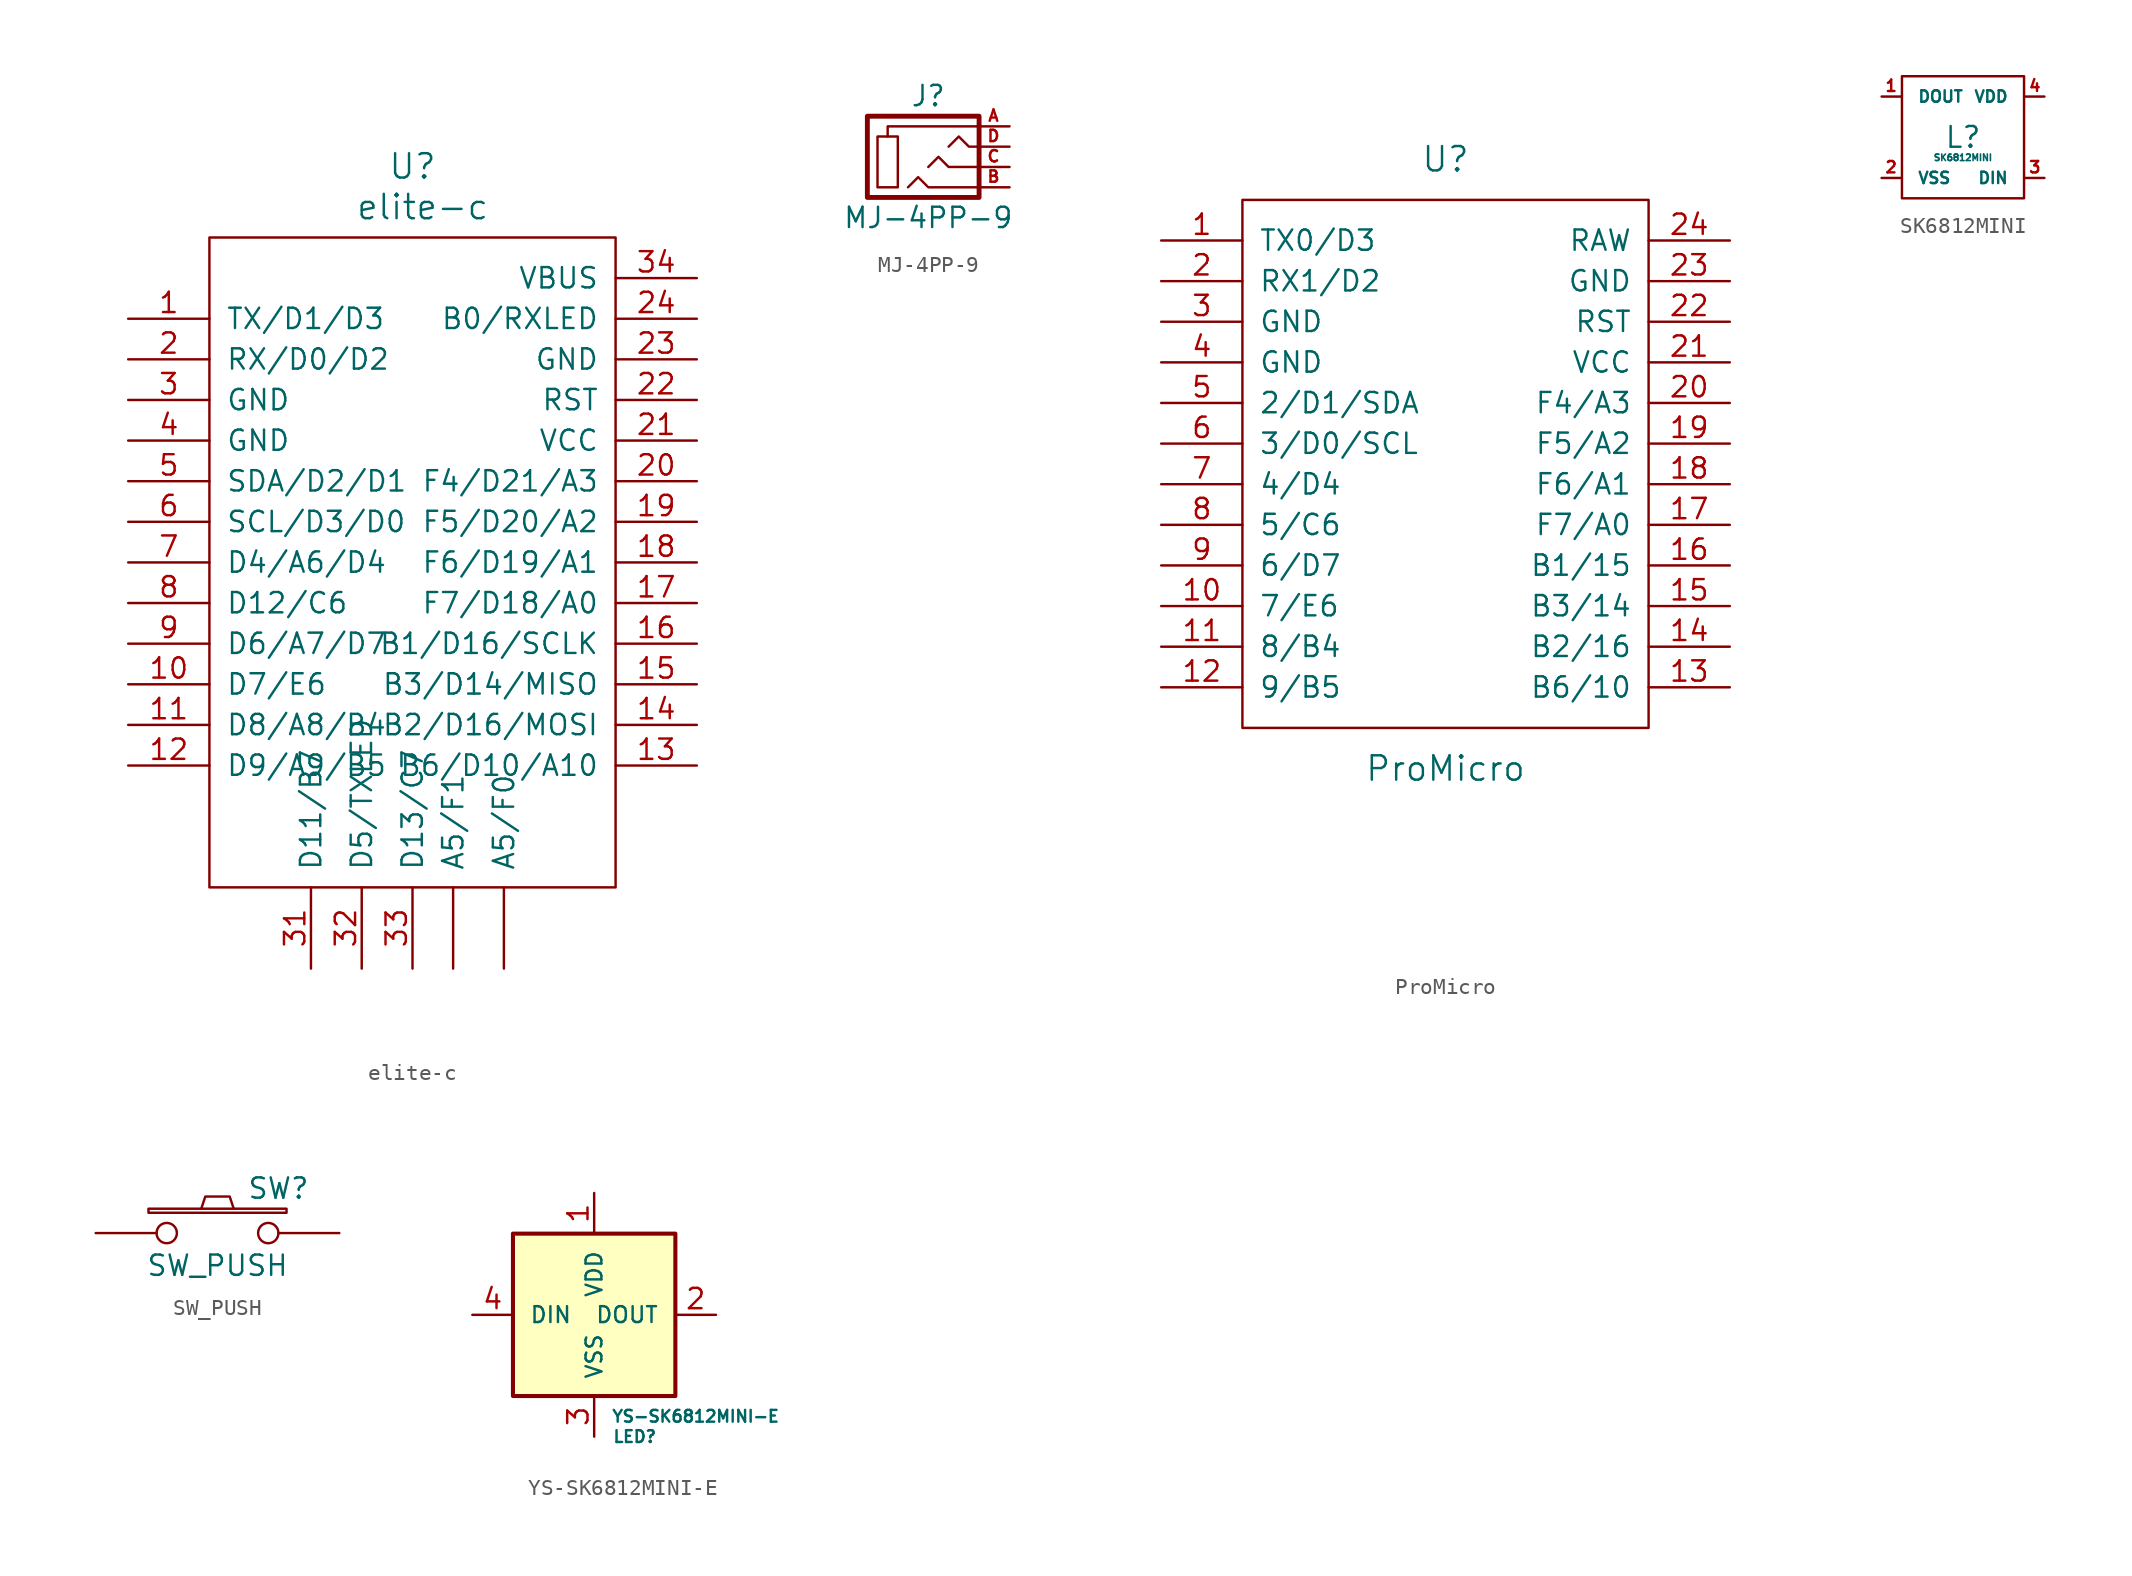
<source format=kicad_sym>
(kicad_symbol_lib
  (version 20241209)
  (generator "kicad_symbol_editor")
  (generator_version "9.0")
  (symbol "elite-c"
    (pin_names
      (offset 1.016))
    (property "Reference" "U"
      (at 0 23.495 0)
      (effects (font (size 1.524 1.524))))
    (property "Value" "elite-c"
      (at 0.635 20.955 0)
      (effects (font (size 1.524 1.524))))
    (symbol "elite-c_0_1"
      (rectangle (start -12.7 -21.59) (end 12.7 19.05) (stroke (width 0) (type solid)) (fill (type none))))
    (symbol "elite-c_1_1"
      (pin input line (at -17.78 13.97 0) (length 5.08) (name "TX/D1/D3" (effects (font (size 1.27 1.27)))) (number "1" (effects (font (size 1.27 1.27)))))
      (pin input line (at -17.78 11.43 0) (length 5.08) (name "RX/D0/D2" (effects (font (size 1.27 1.27)))) (number "2" (effects (font (size 1.27 1.27)))))
      (pin input line (at -17.78 8.89 0) (length 5.08) (name "GND" (effects (font (size 1.27 1.27)))) (number "3" (effects (font (size 1.27 1.27)))))
      (pin input line (at -17.78 6.35 0) (length 5.08) (name "GND" (effects (font (size 1.27 1.27)))) (number "4" (effects (font (size 1.27 1.27)))))
      (pin input line (at -17.78 3.81 0) (length 5.08) (name "SDA/D2/D1" (effects (font (size 1.27 1.27)))) (number "5" (effects (font (size 1.27 1.27)))))
      (pin input line (at -17.78 1.27 0) (length 5.08) (name "SCL/D3/D0" (effects (font (size 1.27 1.27)))) (number "6" (effects (font (size 1.27 1.27)))))
      (pin input line (at -17.78 -1.27 0) (length 5.08) (name "D4/A6/D4" (effects (font (size 1.27 1.27)))) (number "7" (effects (font (size 1.27 1.27)))))
      (pin input line (at -17.78 -3.81 0) (length 5.08) (name "D12/C6" (effects (font (size 1.27 1.27)))) (number "8" (effects (font (size 1.27 1.27)))))
      (pin input line (at -17.78 -6.35 0) (length 5.08) (name "D6/A7/D7" (effects (font (size 1.27 1.27)))) (number "9" (effects (font (size 1.27 1.27)))))
      (pin input line (at -17.78 -8.89 0) (length 5.08) (name "D7/E6" (effects (font (size 1.27 1.27)))) (number "10" (effects (font (size 1.27 1.27)))))
      (pin input line (at -17.78 -11.43 0) (length 5.08) (name "D8/A8/B4" (effects (font (size 1.27 1.27)))) (number "11" (effects (font (size 1.27 1.27)))))
      (pin input line (at -17.78 -13.97 0) (length 5.08) (name "D9/A9/B5" (effects (font (size 1.27 1.27)))) (number "12" (effects (font (size 1.27 1.27)))))
      (pin input line (at -6.35 -26.67 90) (length 5.08) (name "D11/B7" (effects (font (size 1.27 1.27)))) (number "31" (effects (font (size 1.27 1.27)))))
      (pin input line (at -3.175 -26.67 90) (length 5.08) (name "D5/TXLED" (effects (font (size 1.27 1.27)))) (number "32" (effects (font (size 1.27 1.27)))))
      (pin input line (at 0 -26.67 90) (length 5.08) (name "D13/C7" (effects (font (size 1.27 1.27)))) (number "33" (effects (font (size 1.27 1.27)))))
      (pin input line (at 2.54 -26.67 90) (length 5.08) (name "A5/F1" (effects (font (size 1.27 1.27)))) (number "~" (effects (font (size 1.27 1.27)))))
      (pin input line (at 5.715 -26.67 90) (length 5.08) (name "A5/F0" (effects (font (size 1.27 1.27)))) (number "~" (effects (font (size 1.27 1.27)))))
      (pin input line (at 17.78 16.51 180) (length 5.08) (name "VBUS" (effects (font (size 1.27 1.27)))) (number "34" (effects (font (size 1.27 1.27)))))
      (pin input line (at 17.78 13.97 180) (length 5.08) (name "B0/RXLED" (effects (font (size 1.27 1.27)))) (number "24" (effects (font (size 1.27 1.27)))))
      (pin input line (at 17.78 11.43 180) (length 5.08) (name "GND" (effects (font (size 1.27 1.27)))) (number "23" (effects (font (size 1.27 1.27)))))
      (pin input line (at 17.78 8.89 180) (length 5.08) (name "RST" (effects (font (size 1.27 1.27)))) (number "22" (effects (font (size 1.27 1.27)))))
      (pin input line (at 17.78 6.35 180) (length 5.08) (name "VCC" (effects (font (size 1.27 1.27)))) (number "21" (effects (font (size 1.27 1.27)))))
      (pin input line (at 17.78 3.81 180) (length 5.08) (name "F4/D21/A3" (effects (font (size 1.27 1.27)))) (number "20" (effects (font (size 1.27 1.27)))))
      (pin input line (at 17.78 1.27 180) (length 5.08) (name "F5/D20/A2" (effects (font (size 1.27 1.27)))) (number "19" (effects (font (size 1.27 1.27)))))
      (pin input line (at 17.78 -1.27 180) (length 5.08) (name "F6/D19/A1" (effects (font (size 1.27 1.27)))) (number "18" (effects (font (size 1.27 1.27)))))
      (pin input line (at 17.78 -3.81 180) (length 5.08) (name "F7/D18/A0" (effects (font (size 1.27 1.27)))) (number "17" (effects (font (size 1.27 1.27)))))
      (pin input line (at 17.78 -6.35 180) (length 5.08) (name "B1/D16/SCLK" (effects (font (size 1.27 1.27)))) (number "16" (effects (font (size 1.27 1.27)))))
      (pin input line (at 17.78 -8.89 180) (length 5.08) (name "B3/D14/MISO" (effects (font (size 1.27 1.27)))) (number "15" (effects (font (size 1.27 1.27)))))
      (pin input line (at 17.78 -11.43 180) (length 5.08) (name "B2/D16/MOSI" (effects (font (size 1.27 1.27)))) (number "14" (effects (font (size 1.27 1.27)))))
      (pin input line (at 17.78 -13.97 180) (length 5.08) (name "B6/D10/A10" (effects (font (size 1.27 1.27)))) (number "13" (effects (font (size 1.27 1.27)))))))
  (symbol "MJ-4PP-9"
    (pin_names
      (offset 1.016))
    (property "Reference" "J"
      (at 0 4.445 0)
      (effects (font (size 1.27 1.27))))
    (property "Value" "MJ-4PP-9"
      (at 0 -3.175 0)
      (effects (font (size 1.27 1.27))))
    (symbol "MJ-4PP-9_0_1"
      (polyline (pts (xy -2.54 1.905) (xy -2.54 2.54) (xy 3.175 2.54)) (stroke (width 0) (type solid)) (fill (type none)))
      (rectangle (start -1.905 -1.27) (end -3.175 1.905) (stroke (width 0) (type solid)) (fill (type none)))
      (polyline (pts (xy -1.27 -1.27) (xy -0.635 -0.635) (xy 0 -1.27) (xy 3.175 -1.27)) (stroke (width 0) (type solid)) (fill (type none)))
      (polyline (pts (xy 0 0) (xy 0.635 0.635) (xy 1.27 0) (xy 3.175 0)) (stroke (width 0) (type solid)) (fill (type none)))
      (polyline (pts (xy 1.27 1.27) (xy 1.905 1.905) (xy 2.54 1.27) (xy 3.175 1.27)) (stroke (width 0) (type solid)) (fill (type none)))
      (rectangle (start 3.175 3.175) (end -3.81 -1.905) (stroke (width 0.305) (type solid)) (fill (type none))))
    (symbol "MJ-4PP-9_1_1"
      (pin input line (at 5.08 2.54 180) (length 2.007) (name "~" (effects (font (size 0.508 0.508)))) (number "A" (effects (font (size 0.711 0.711)))))
      (pin input line (at 5.08 1.27 180) (length 2.007) (name "~" (effects (font (size 0.508 0.508)))) (number "D" (effects (font (size 0.711 0.711)))))
      (pin input line (at 5.08 0 180) (length 2.007) (name "~" (effects (font (size 0.508 0.508)))) (number "C" (effects (font (size 0.711 0.711)))))
      (pin input line (at 5.08 -1.27 180) (length 2.007) (name "~" (effects (font (size 0.508 0.508)))) (number "B" (effects (font (size 0.711 0.711)))))))
  (symbol "ProMicro"
    (pin_names
      (offset 1.016))
    (property "Reference" "U"
      (at 0 19.05 0)
      (effects (font (size 1.524 1.524))))
    (property "Value" "ProMicro"
      (at 0 -19.05 0)
      (effects (font (size 1.524 1.524))))
    (property "Footprint" ""
      (at 2.54 -26.67 0)
      (effects (font (size 1.524 1.524))))
    (property "Datasheet" ""
      (at 2.54 -26.67 0)
      (effects (font (size 1.524 1.524))))
    (symbol "ProMicro_0_1"
      (rectangle (start -12.7 16.51) (end 12.7 -16.51) (stroke (width 0) (type solid)) (fill (type none))))
    (symbol "ProMicro_1_1"
      (pin bidirectional line (at -17.78 13.97 0) (length 5.08) (name "TX0/D3" (effects (font (size 1.27 1.27)))) (number "1" (effects (font (size 1.27 1.27)))))
      (pin bidirectional line (at -17.78 11.43 0) (length 5.08) (name "RX1/D2" (effects (font (size 1.27 1.27)))) (number "2" (effects (font (size 1.27 1.27)))))
      (pin power_in line (at -17.78 8.89 0) (length 5.08) (name "GND" (effects (font (size 1.27 1.27)))) (number "3" (effects (font (size 1.27 1.27)))))
      (pin power_in line (at -17.78 6.35 0) (length 5.08) (name "GND" (effects (font (size 1.27 1.27)))) (number "4" (effects (font (size 1.27 1.27)))))
      (pin bidirectional line (at -17.78 3.81 0) (length 5.08) (name "2/D1/SDA" (effects (font (size 1.27 1.27)))) (number "5" (effects (font (size 1.27 1.27)))))
      (pin bidirectional line (at -17.78 1.27 0) (length 5.08) (name "3/D0/SCL" (effects (font (size 1.27 1.27)))) (number "6" (effects (font (size 1.27 1.27)))))
      (pin bidirectional line (at -17.78 -1.27 0) (length 5.08) (name "4/D4" (effects (font (size 1.27 1.27)))) (number "7" (effects (font (size 1.27 1.27)))))
      (pin bidirectional line (at -17.78 -3.81 0) (length 5.08) (name "5/C6" (effects (font (size 1.27 1.27)))) (number "8" (effects (font (size 1.27 1.27)))))
      (pin bidirectional line (at -17.78 -6.35 0) (length 5.08) (name "6/D7" (effects (font (size 1.27 1.27)))) (number "9" (effects (font (size 1.27 1.27)))))
      (pin bidirectional line (at -17.78 -8.89 0) (length 5.08) (name "7/E6" (effects (font (size 1.27 1.27)))) (number "10" (effects (font (size 1.27 1.27)))))
      (pin bidirectional line (at -17.78 -11.43 0) (length 5.08) (name "8/B4" (effects (font (size 1.27 1.27)))) (number "11" (effects (font (size 1.27 1.27)))))
      (pin bidirectional line (at -17.78 -13.97 0) (length 5.08) (name "9/B5" (effects (font (size 1.27 1.27)))) (number "12" (effects (font (size 1.27 1.27)))))
      (pin power_out line (at 17.78 13.97 180) (length 5.08) (name "RAW" (effects (font (size 1.27 1.27)))) (number "24" (effects (font (size 1.27 1.27)))))
      (pin power_in line (at 17.78 11.43 180) (length 5.08) (name "GND" (effects (font (size 1.27 1.27)))) (number "23" (effects (font (size 1.27 1.27)))))
      (pin input line (at 17.78 8.89 180) (length 5.08) (name "RST" (effects (font (size 1.27 1.27)))) (number "22" (effects (font (size 1.27 1.27)))))
      (pin power_in line (at 17.78 6.35 180) (length 5.08) (name "VCC" (effects (font (size 1.27 1.27)))) (number "21" (effects (font (size 1.27 1.27)))))
      (pin bidirectional line (at 17.78 3.81 180) (length 5.08) (name "F4/A3" (effects (font (size 1.27 1.27)))) (number "20" (effects (font (size 1.27 1.27)))))
      (pin bidirectional line (at 17.78 1.27 180) (length 5.08) (name "F5/A2" (effects (font (size 1.27 1.27)))) (number "19" (effects (font (size 1.27 1.27)))))
      (pin bidirectional line (at 17.78 -1.27 180) (length 5.08) (name "F6/A1" (effects (font (size 1.27 1.27)))) (number "18" (effects (font (size 1.27 1.27)))))
      (pin bidirectional line (at 17.78 -3.81 180) (length 5.08) (name "F7/A0" (effects (font (size 1.27 1.27)))) (number "17" (effects (font (size 1.27 1.27)))))
      (pin bidirectional line (at 17.78 -6.35 180) (length 5.08) (name "B1/15" (effects (font (size 1.27 1.27)))) (number "16" (effects (font (size 1.27 1.27)))))
      (pin bidirectional line (at 17.78 -8.89 180) (length 5.08) (name "B3/14" (effects (font (size 1.27 1.27)))) (number "15" (effects (font (size 1.27 1.27)))))
      (pin bidirectional line (at 17.78 -11.43 180) (length 5.08) (name "B2/16" (effects (font (size 1.27 1.27)))) (number "14" (effects (font (size 1.27 1.27)))))
      (pin bidirectional line (at 17.78 -13.97 180) (length 5.08) (name "B6/10" (effects (font (size 1.27 1.27)))) (number "13" (effects (font (size 1.27 1.27)))))))
  (symbol "SK6812MINI"
    (pin_names
      (offset 1.016))
    (property "Reference" "L"
      (at 0 0 0)
      (effects (font (size 1.295 1.295))))
    (property "Value" "SK6812MINI"
      (at 0 -1.27 0)
      (effects (font (size 0.406 0.406))))
    (symbol "SK6812MINI_0_1"
      (rectangle (start -3.81 3.81) (end 3.81 -3.81) (stroke (width 0) (type solid)) (fill (type none))))
    (symbol "SK6812MINI_1_1"
      (pin output line (at -5.08 2.54 0) (length 1.194) (name "DOUT" (effects (font (size 0.711 0.711)))) (number "1" (effects (font (size 0.711 0.711)))))
      (pin power_in line (at -5.08 -2.54 0) (length 1.194) (name "VSS" (effects (font (size 0.711 0.711)))) (number "2" (effects (font (size 0.711 0.711)))))
      (pin power_in line (at 5.08 2.54 180) (length 1.194) (name "VDD" (effects (font (size 0.711 0.711)))) (number "4" (effects (font (size 0.711 0.711)))))
      (pin input line (at 5.08 -2.54 180) (length 1.194) (name "DIN" (effects (font (size 0.711 0.711)))) (number "3" (effects (font (size 0.711 0.711)))))))
  (symbol "SW_PUSH"
    (pin_numbers
      (hide yes))
    (pin_names
      (offset 1.016)
      (hide yes))
    (property "Reference" "SW"
      (at 3.81 2.794 0)
      (effects (font (size 1.27 1.27))))
    (property "Value" "SW_PUSH"
      (at 0 -2.032 0)
      (effects (font (size 1.27 1.27))))
    (property "Footprint" ""
      (at 0 0 0)
      (effects (font (size 1.27 1.27))))
    (property "Datasheet" ""
      (at 0 0 0)
      (effects (font (size 1.27 1.27))))
    (symbol "SW_PUSH_0_1"
      (rectangle (start -4.318 1.27) (end 4.318 1.524) (stroke (width 0) (type solid)) (fill (type none)))
      (polyline (pts (xy -1.016 1.524) (xy -0.762 2.286) (xy 0.762 2.286) (xy 1.016 1.524)) (stroke (width 0) (type solid)) (fill (type none)))
      (pin passive inverted (at -7.62 0 0) (length 5.08) (name "1" (effects (font (size 1.27 1.27)))) (number "1" (effects (font (size 1.27 1.27)))))
      (pin passive inverted (at 7.62 0 180) (length 5.08) (name "2" (effects (font (size 1.27 1.27)))) (number "2" (effects (font (size 1.27 1.27)))))))
  (symbol "YS-SK6812MINI-E"
    (pin_names
      (offset 1.016))
    (property "Reference" "LED"
      (at 2.54 -7.62 0)
      (effects (font (size 0.737 0.737))))
    (property "Value" "YS-SK6812MINI-E"
      (at 6.35 -6.35 0)
      (effects (font (size 0.737 0.737))))
    (symbol "YS-SK6812MINI-E_0_1"
      (rectangle (start -5.08 5.08) (end 5.08 -5.08) (stroke (width 0.254) (type solid)) (fill (type background))))
    (symbol "YS-SK6812MINI-E_1_1"
      (pin input line (at -7.62 0 0) (length 2.54) (name "DIN" (effects (font (size 0.991 0.991)))) (number "4" (effects (font (size 1.27 1.27)))))
      (pin power_in line (at 0 7.62 270) (length 2.54) (name "VDD" (effects (font (size 0.991 0.991)))) (number "1" (effects (font (size 1.27 1.27)))))
      (pin power_in line (at 0 -7.62 90) (length 2.54) (name "VSS" (effects (font (size 0.991 0.991)))) (number "3" (effects (font (size 1.27 1.27)))))
      (pin output line (at 7.62 0 180) (length 2.54) (name "DOUT" (effects (font (size 0.991 0.991)))) (number "2" (effects (font (size 1.27 1.27))))))))
</source>
